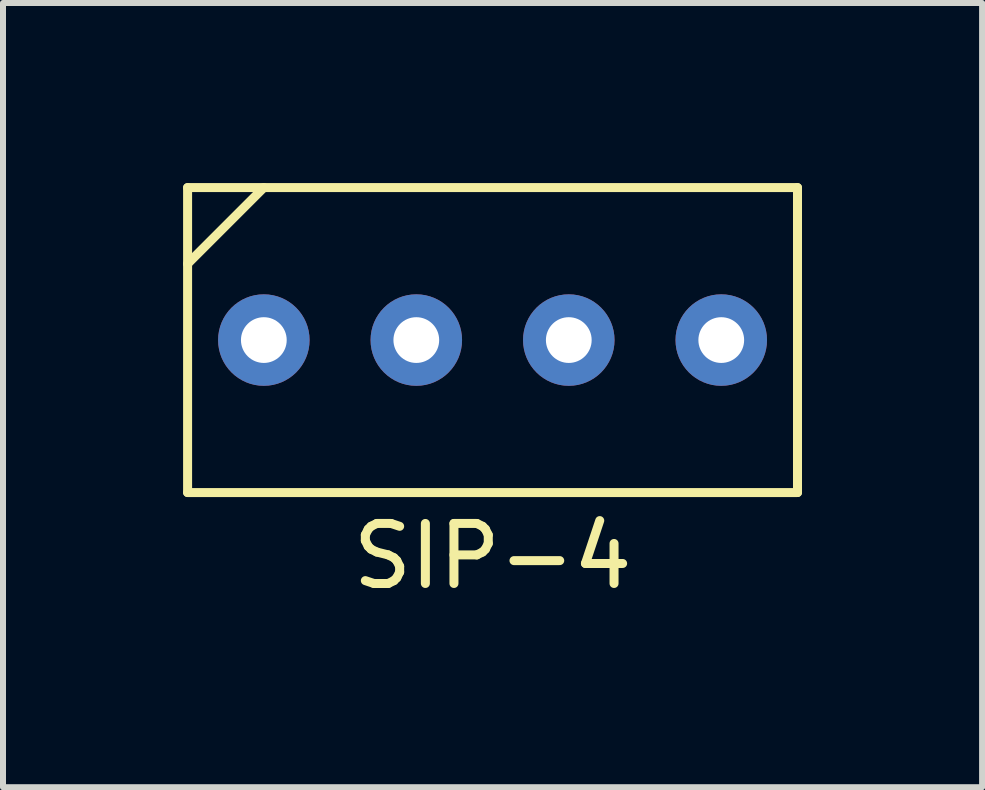
<source format=kicad_pcb>
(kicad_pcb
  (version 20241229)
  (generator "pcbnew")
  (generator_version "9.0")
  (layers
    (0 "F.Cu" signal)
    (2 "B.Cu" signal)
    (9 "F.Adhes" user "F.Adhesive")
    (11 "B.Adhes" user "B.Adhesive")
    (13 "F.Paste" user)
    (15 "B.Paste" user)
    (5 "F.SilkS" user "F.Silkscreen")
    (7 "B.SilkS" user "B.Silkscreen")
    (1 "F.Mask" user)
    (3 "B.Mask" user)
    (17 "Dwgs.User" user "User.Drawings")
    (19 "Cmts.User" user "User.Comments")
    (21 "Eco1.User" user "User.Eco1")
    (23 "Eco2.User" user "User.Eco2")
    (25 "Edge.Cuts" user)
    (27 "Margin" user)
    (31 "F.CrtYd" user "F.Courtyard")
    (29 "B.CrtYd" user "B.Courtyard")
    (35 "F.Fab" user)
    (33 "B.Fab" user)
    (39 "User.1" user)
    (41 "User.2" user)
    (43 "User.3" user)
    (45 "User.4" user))
  (footprint "SIP-4"
    (layer "F.Cu")
    (at 5.155 2.615)
    (property "Reference" "SIP-4" (at 0 3.6 0) (layer "F.SilkS") (effects (font (size 1 1) (thickness 0.15))))
    (attr through_hole)
    (fp_line (start -5.08 -2.54) (end 5.08 -2.54) (stroke (width 0.15) (type solid)) (layer "F.SilkS"))
    (fp_line (start -5.08 -1.27) (end -3.81 -2.54) (stroke (width 0.15) (type solid)) (layer "F.SilkS"))
    (fp_line (start -5.08 2.54) (end -5.08 -2.54) (stroke (width 0.15) (type solid)) (layer "F.SilkS"))
    (fp_line (start 5.08 -2.54) (end 5.08 2.54) (stroke (width 0.15) (type solid)) (layer "F.SilkS"))
    (fp_line (start 5.08 2.54) (end -5.08 2.54) (stroke (width 0.15) (type solid)) (layer "F.SilkS"))
    (pad "1" thru_hole circle (at -3.81 0) (size 1.524 1.524) (drill 0.762) (layers "*.Cu" "*.Mask"))
    (pad "2" thru_hole circle (at -1.27 0) (size 1.524 1.524) (drill 0.762) (layers "*.Cu" "*.Mask"))
    (pad "3" thru_hole circle (at 1.27 0) (size 1.524 1.524) (drill 0.762) (layers "*.Cu" "*.Mask"))
    (pad "4" thru_hole circle (at 3.81 0) (size 1.524 1.524) (drill 0.762) (layers "*.Cu" "*.Mask")))
  (gr_rect
    (start -3 -3)
    (end 13.31 10.063)
    (stroke (width 0.1) (type default))
    (fill no)
    (layer "Edge.Cuts")))
</source>
